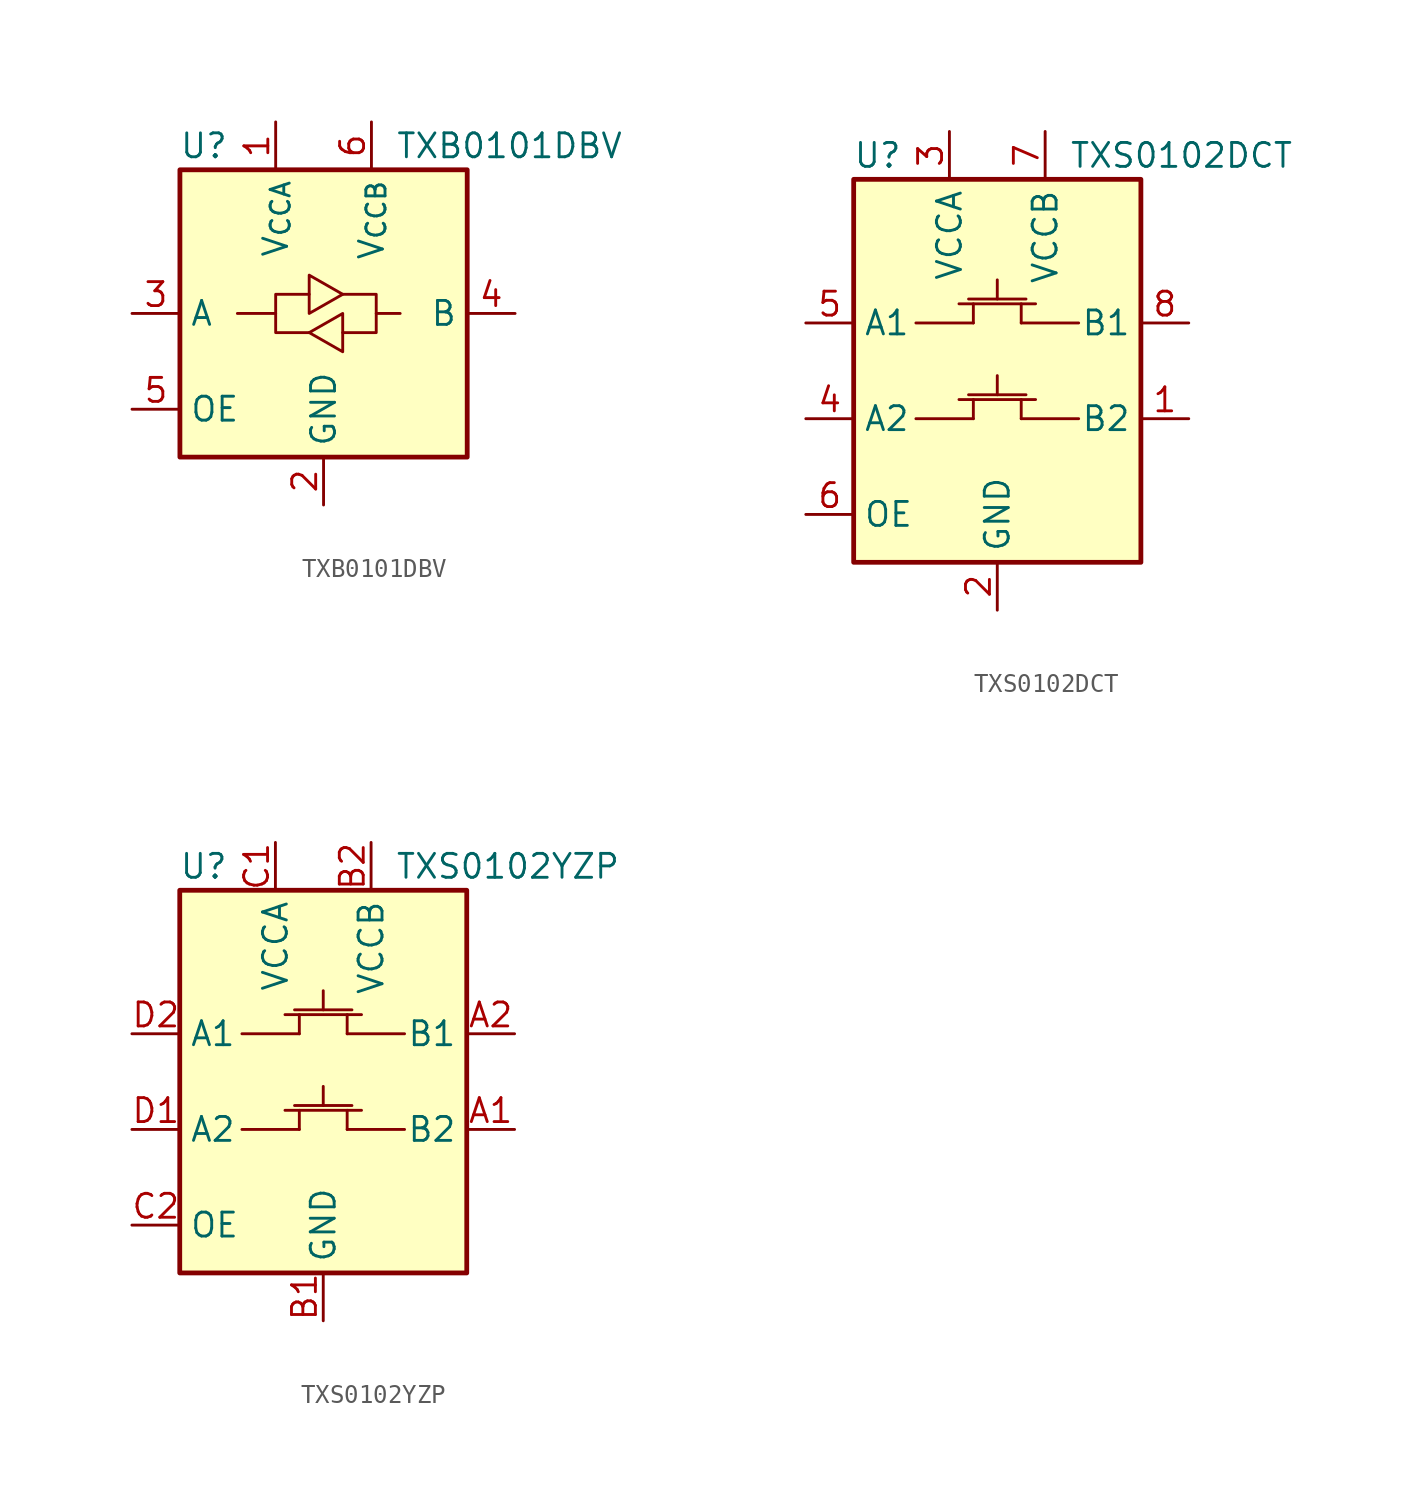
<source format=kicad_sym>
(kicad_symbol_lib
  (version 20231120)
  (generator "kicad_symbol_editor")
  (generator_version "8.0")
  (symbol "TXB0101DBV"
    (property "Reference" "U"
      (at -6.35 8.89 0)
      (effects (font (size 1.27 1.27))))
    (property "Value" "TXB0101DBV"
      (at 3.81 8.89 0)
      (effects (font (size 1.27 1.27)) (justify left)))
    (symbol "TXB0101DBV_0_1"
      (rectangle (start -7.62 7.62) (end 7.62 -7.62) (stroke (width 0.254) (type default)) (fill (type background)))
      (polyline (pts (xy -2.54 0) (xy -2.54 1.016) (xy -0.762 1.016)) (stroke (width 0) (type default)) (fill (type none)))
      (polyline (pts (xy 2.794 0) (xy 2.794 -1.016) (xy 1.016 -1.016)) (stroke (width 0) (type default)) (fill (type none)))
      (polyline (pts (xy -0.762 -1.016) (xy -2.54 -1.016) (xy -2.54 0) (xy -4.572 0)) (stroke (width 0) (type default)) (fill (type none)))
      (polyline (pts (xy -0.762 0) (xy -0.762 2.032) (xy 1.016 1.016) (xy -0.762 0)) (stroke (width 0) (type default)) (fill (type none)))
      (polyline (pts (xy 1.016 1.016) (xy 2.794 1.016) (xy 2.794 0) (xy 4.064 0)) (stroke (width 0) (type default)) (fill (type none)))
      (polyline (pts (xy 1.016 0) (xy 1.016 -1.778) (xy 1.016 -2.032) (xy -0.762 -1.016) (xy 1.016 0)) (stroke (width 0) (type default)) (fill (type none))))
    (symbol "TXB0101DBV_1_1"
      (pin power_in line (at -2.54 10.16 270) (length 2.54) (name "V_{CCA}" (effects (font (size 1.27 1.27)))) (number "1" (effects (font (size 1.27 1.27)))))
      (pin power_in line (at 0 -10.16 90) (length 2.54) (name "GND" (effects (font (size 1.27 1.27)))) (number "2" (effects (font (size 1.27 1.27)))))
      (pin bidirectional line (at -10.16 0 0) (length 2.54) (name "A" (effects (font (size 1.27 1.27)))) (number "3" (effects (font (size 1.27 1.27)))))
      (pin bidirectional line (at 10.16 0 180) (length 2.54) (name "B" (effects (font (size 1.27 1.27)))) (number "4" (effects (font (size 1.27 1.27)))))
      (pin input line (at -10.16 -5.08 0) (length 2.54) (name "OE" (effects (font (size 1.27 1.27)))) (number "5" (effects (font (size 1.27 1.27)))))
      (pin power_in line (at 2.54 10.16 270) (length 2.54) (name "V_{CCB}" (effects (font (size 1.27 1.27)))) (number "6" (effects (font (size 1.27 1.27)))))))
  (symbol "TXS0102DCT"
    (property "Reference" "U"
      (at -6.35 11.43 0)
      (effects (font (size 1.27 1.27))))
    (property "Value" "TXS0102DCT"
      (at 3.81 11.43 0)
      (effects (font (size 1.27 1.27)) (justify left)))
    (symbol "TXS0102DCT_0_1"
      (rectangle (start -7.62 10.16) (end 7.62 -10.16) (stroke (width 0.254) (type default)) (fill (type background)))
      (polyline (pts (xy -4.318 -2.54) (xy -1.27 -2.54)) (stroke (width 0) (type default)) (fill (type none)))
      (polyline (pts (xy -2.032 -1.524) (xy 2.032 -1.524)) (stroke (width 0) (type default)) (fill (type none)))
      (polyline (pts (xy -1.524 -1.27) (xy 1.524 -1.27)) (stroke (width 0) (type default)) (fill (type none)))
      (polyline (pts (xy -1.27 -2.54) (xy -1.27 -1.524)) (stroke (width 0) (type default)) (fill (type none)))
      (polyline (pts (xy 0 -1.27) (xy 0 -0.254)) (stroke (width 0) (type default)) (fill (type none)))
      (polyline (pts (xy 1.27 -2.54) (xy 1.27 -1.524)) (stroke (width 0) (type default)) (fill (type none)))
      (polyline (pts (xy 4.318 -2.54) (xy 1.27 -2.54)) (stroke (width 0) (type default)) (fill (type none))))
    (symbol "TXS0102DCT_1_1"
      (polyline (pts (xy -4.318 2.54) (xy -1.27 2.54)) (stroke (width 0) (type default)) (fill (type none)))
      (polyline (pts (xy -2.032 3.556) (xy 2.032 3.556)) (stroke (width 0) (type default)) (fill (type none)))
      (polyline (pts (xy -1.524 3.81) (xy 1.524 3.81)) (stroke (width 0) (type default)) (fill (type none)))
      (polyline (pts (xy -1.27 2.54) (xy -1.27 3.556)) (stroke (width 0) (type default)) (fill (type none)))
      (polyline (pts (xy 0 3.81) (xy 0 4.826)) (stroke (width 0) (type default)) (fill (type none)))
      (polyline (pts (xy 1.27 2.54) (xy 1.27 3.556)) (stroke (width 0) (type default)) (fill (type none)))
      (polyline (pts (xy 4.318 2.54) (xy 1.27 2.54)) (stroke (width 0) (type default)) (fill (type none)))
      (pin bidirectional line (at 10.16 -2.54 180) (length 2.54) (name "B2" (effects (font (size 1.27 1.27)))) (number "1" (effects (font (size 1.27 1.27)))))
      (pin power_in line (at 0 -12.7 90) (length 2.54) (name "GND" (effects (font (size 1.27 1.27)))) (number "2" (effects (font (size 1.27 1.27)))))
      (pin power_in line (at -2.54 12.7 270) (length 2.54) (name "VCCA" (effects (font (size 1.27 1.27)))) (number "3" (effects (font (size 1.27 1.27)))))
      (pin bidirectional line (at -10.16 -2.54 0) (length 2.54) (name "A2" (effects (font (size 1.27 1.27)))) (number "4" (effects (font (size 1.27 1.27)))))
      (pin bidirectional line (at -10.16 2.54 0) (length 2.54) (name "A1" (effects (font (size 1.27 1.27)))) (number "5" (effects (font (size 1.27 1.27)))))
      (pin input line (at -10.16 -7.62 0) (length 2.54) (name "OE" (effects (font (size 1.27 1.27)))) (number "6" (effects (font (size 1.27 1.27)))))
      (pin power_in line (at 2.54 12.7 270) (length 2.54) (name "VCCB" (effects (font (size 1.27 1.27)))) (number "7" (effects (font (size 1.27 1.27)))))
      (pin bidirectional line (at 10.16 2.54 180) (length 2.54) (name "B1" (effects (font (size 1.27 1.27)))) (number "8" (effects (font (size 1.27 1.27)))))))
  (symbol "TXS0102YZP"
    (property "Reference" "U"
      (at -6.35 11.43 0)
      (effects (font (size 1.27 1.27))))
    (property "Value" "TXS0102YZP"
      (at 3.81 11.43 0)
      (effects (font (size 1.27 1.27)) (justify left)))
    (symbol "TXS0102YZP_0_1"
      (rectangle (start -7.62 10.16) (end 7.62 -10.16) (stroke (width 0.254) (type default)) (fill (type background)))
      (polyline (pts (xy -4.318 -2.54) (xy -1.27 -2.54)) (stroke (width 0) (type default)) (fill (type none)))
      (polyline (pts (xy -2.032 -1.524) (xy 2.032 -1.524)) (stroke (width 0) (type default)) (fill (type none)))
      (polyline (pts (xy -1.524 -1.27) (xy 1.524 -1.27)) (stroke (width 0) (type default)) (fill (type none)))
      (polyline (pts (xy -1.27 -2.54) (xy -1.27 -1.524)) (stroke (width 0) (type default)) (fill (type none)))
      (polyline (pts (xy 0 -1.27) (xy 0 -0.254)) (stroke (width 0) (type default)) (fill (type none)))
      (polyline (pts (xy 1.27 -2.54) (xy 1.27 -1.524)) (stroke (width 0) (type default)) (fill (type none)))
      (polyline (pts (xy 4.318 -2.54) (xy 1.27 -2.54)) (stroke (width 0) (type default)) (fill (type none))))
    (symbol "TXS0102YZP_1_1"
      (polyline (pts (xy -4.318 2.54) (xy -1.27 2.54)) (stroke (width 0) (type default)) (fill (type none)))
      (polyline (pts (xy -2.032 3.556) (xy 2.032 3.556)) (stroke (width 0) (type default)) (fill (type none)))
      (polyline (pts (xy -1.524 3.81) (xy 1.524 3.81)) (stroke (width 0) (type default)) (fill (type none)))
      (polyline (pts (xy -1.27 2.54) (xy -1.27 3.556)) (stroke (width 0) (type default)) (fill (type none)))
      (polyline (pts (xy 0 3.81) (xy 0 4.826)) (stroke (width 0) (type default)) (fill (type none)))
      (polyline (pts (xy 1.27 2.54) (xy 1.27 3.556)) (stroke (width 0) (type default)) (fill (type none)))
      (polyline (pts (xy 4.318 2.54) (xy 1.27 2.54)) (stroke (width 0) (type default)) (fill (type none)))
      (pin bidirectional line (at 10.16 -2.54 180) (length 2.54) (name "B2" (effects (font (size 1.27 1.27)))) (number "A1" (effects (font (size 1.27 1.27)))))
      (pin bidirectional line (at 10.16 2.54 180) (length 2.54) (name "B1" (effects (font (size 1.27 1.27)))) (number "A2" (effects (font (size 1.27 1.27)))))
      (pin power_in line (at 0 -12.7 90) (length 2.54) (name "GND" (effects (font (size 1.27 1.27)))) (number "B1" (effects (font (size 1.27 1.27)))))
      (pin power_in line (at 2.54 12.7 270) (length 2.54) (name "VCCB" (effects (font (size 1.27 1.27)))) (number "B2" (effects (font (size 1.27 1.27)))))
      (pin power_in line (at -2.54 12.7 270) (length 2.54) (name "VCCA" (effects (font (size 1.27 1.27)))) (number "C1" (effects (font (size 1.27 1.27)))))
      (pin input line (at -10.16 -7.62 0) (length 2.54) (name "OE" (effects (font (size 1.27 1.27)))) (number "C2" (effects (font (size 1.27 1.27)))))
      (pin bidirectional line (at -10.16 -2.54 0) (length 2.54) (name "A2" (effects (font (size 1.27 1.27)))) (number "D1" (effects (font (size 1.27 1.27)))))
      (pin bidirectional line (at -10.16 2.54 0) (length 2.54) (name "A1" (effects (font (size 1.27 1.27)))) (number "D2" (effects (font (size 1.27 1.27))))))))
</source>
